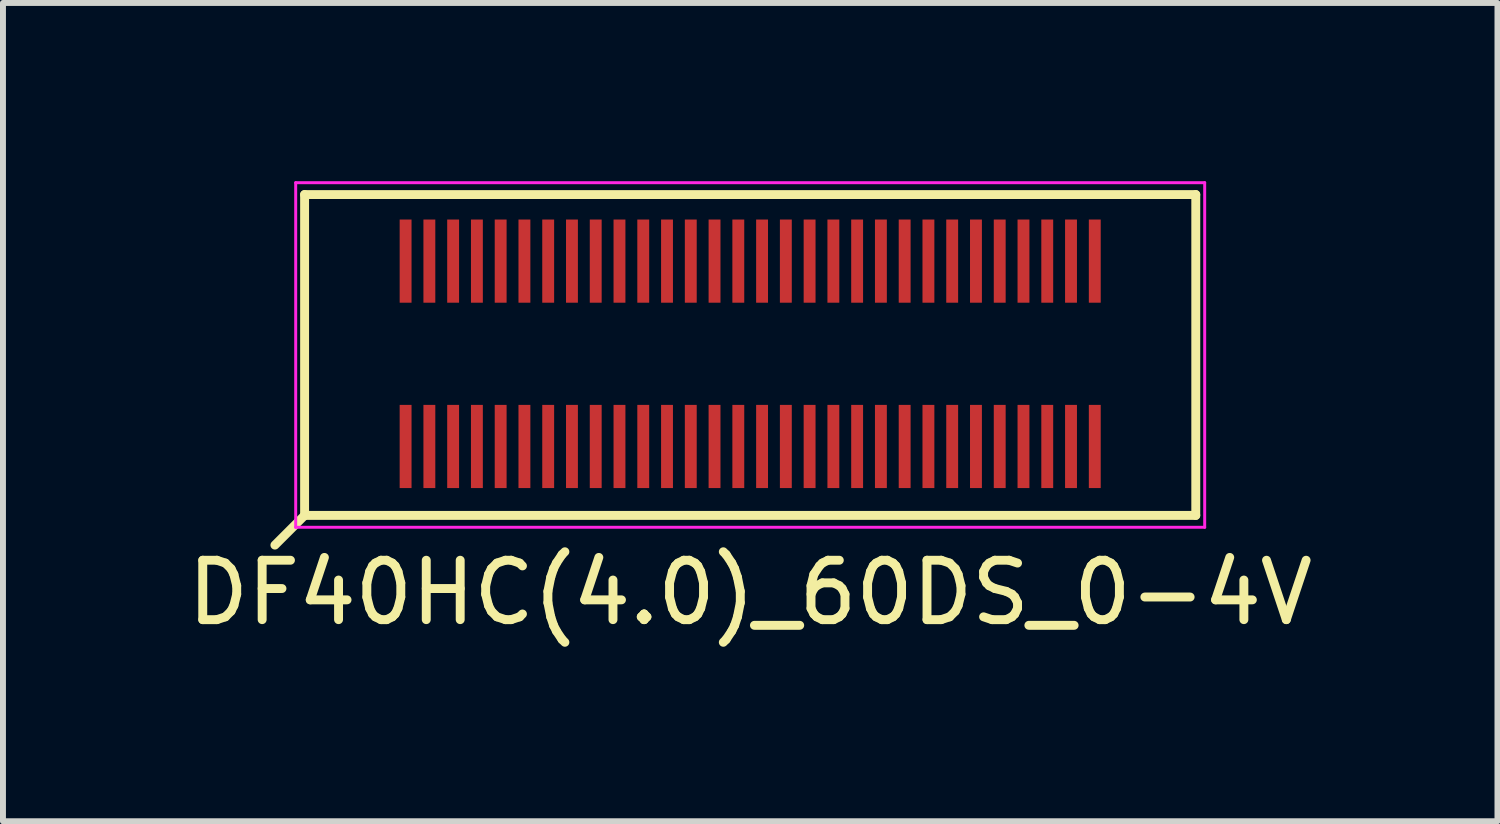
<source format=kicad_pcb>
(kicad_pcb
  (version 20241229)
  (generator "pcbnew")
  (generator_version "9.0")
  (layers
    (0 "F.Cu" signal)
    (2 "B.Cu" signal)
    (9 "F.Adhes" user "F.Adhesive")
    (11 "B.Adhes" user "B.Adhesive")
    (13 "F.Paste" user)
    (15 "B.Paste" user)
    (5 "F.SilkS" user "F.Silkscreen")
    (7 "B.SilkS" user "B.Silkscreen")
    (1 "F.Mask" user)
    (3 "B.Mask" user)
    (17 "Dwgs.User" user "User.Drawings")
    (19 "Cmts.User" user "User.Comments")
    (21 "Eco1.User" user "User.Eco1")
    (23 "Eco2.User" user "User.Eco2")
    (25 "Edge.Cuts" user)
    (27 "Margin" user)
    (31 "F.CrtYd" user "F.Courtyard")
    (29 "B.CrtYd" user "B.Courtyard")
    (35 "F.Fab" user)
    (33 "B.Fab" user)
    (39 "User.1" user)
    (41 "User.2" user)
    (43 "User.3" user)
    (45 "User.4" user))
  (footprint "DF40HC(4.0)_60DS_0-4V"
    (layer "F.Cu")
    (at 9.577 2.925)
    (property "Reference" "DF40HC(4.0)_60DS_0-4V" (at 0 4 0) (layer "F.SilkS") (effects (font (size 1 1) (thickness 0.15))))
    (attr smd)
    (fp_line (start -7.5 -2.7) (end -7.5 2.7) (stroke (width 0.15) (type solid)) (layer "F.SilkS"))
    (fp_line (start -7.5 -2.7) (end 7.5 -2.7) (stroke (width 0.15) (type solid)) (layer "F.SilkS"))
    (fp_line (start -7.5 2.7) (end -8 3.2) (stroke (width 0.15) (type solid)) (layer "F.SilkS"))
    (fp_line (start 7.5 2.7) (end -7.5 2.7) (stroke (width 0.15) (type solid)) (layer "F.SilkS"))
    (fp_line (start 7.5 2.7) (end 7.5 -2.7) (stroke (width 0.15) (type solid)) (layer "F.SilkS"))
    (fp_line (start -7.65 -2.9) (end -7.65 2.9) (stroke (width 0.05) (type solid)) (layer "F.CrtYd"))
    (fp_line (start -7.65 -2.9) (end 7.65 -2.9) (stroke (width 0.05) (type solid)) (layer "F.CrtYd"))
    (fp_line (start 7.65 2.9) (end -7.65 2.9) (stroke (width 0.05) (type solid)) (layer "F.CrtYd"))
    (fp_line (start 7.65 2.9) (end 7.65 -2.9) (stroke (width 0.05) (type solid)) (layer "F.CrtYd"))
    (pad "1" smd rect (at -5.8 1.54) (size 0.2 1.4) (layers "F.Cu" "F.Mask" "F.Paste"))
    (pad "2" smd rect (at -5.8 -1.58) (size 0.2 1.4) (layers "F.Cu" "F.Mask" "F.Paste"))
    (pad "3" smd rect (at -5.4 1.54) (size 0.2 1.4) (layers "F.Cu" "F.Mask" "F.Paste"))
    (pad "4" smd rect (at -5.4 -1.58) (size 0.2 1.4) (layers "F.Cu" "F.Mask" "F.Paste"))
    (pad "5" smd rect (at -5 1.54) (size 0.2 1.4) (layers "F.Cu" "F.Mask" "F.Paste"))
    (pad "6" smd rect (at -5 -1.58) (size 0.2 1.4) (layers "F.Cu" "F.Mask" "F.Paste"))
    (pad "7" smd rect (at -4.6 1.54) (size 0.2 1.4) (layers "F.Cu" "F.Mask" "F.Paste"))
    (pad "8" smd rect (at -4.6 -1.58) (size 0.2 1.4) (layers "F.Cu" "F.Mask" "F.Paste"))
    (pad "9" smd rect (at -4.2 1.54) (size 0.2 1.4) (layers "F.Cu" "F.Mask" "F.Paste"))
    (pad "10" smd rect (at -4.2 -1.58) (size 0.2 1.4) (layers "F.Cu" "F.Mask" "F.Paste"))
    (pad "11" smd rect (at -3.8 1.54) (size 0.2 1.4) (layers "F.Cu" "F.Mask" "F.Paste"))
    (pad "12" smd rect (at -3.8 -1.58) (size 0.2 1.4) (layers "F.Cu" "F.Mask" "F.Paste"))
    (pad "13" smd rect (at -3.4 1.54) (size 0.2 1.4) (layers "F.Cu" "F.Mask" "F.Paste"))
    (pad "14" smd rect (at -3.4 -1.58) (size 0.2 1.4) (layers "F.Cu" "F.Mask" "F.Paste"))
    (pad "15" smd rect (at -3 1.54) (size 0.2 1.4) (layers "F.Cu" "F.Mask" "F.Paste"))
    (pad "16" smd rect (at -3 -1.58) (size 0.2 1.4) (layers "F.Cu" "F.Mask" "F.Paste"))
    (pad "17" smd rect (at -2.6 1.54) (size 0.2 1.4) (layers "F.Cu" "F.Mask" "F.Paste"))
    (pad "18" smd rect (at -2.6 -1.58) (size 0.2 1.4) (layers "F.Cu" "F.Mask" "F.Paste"))
    (pad "19" smd rect (at -2.2 1.54) (size 0.2 1.4) (layers "F.Cu" "F.Mask" "F.Paste"))
    (pad "20" smd rect (at -2.2 -1.58) (size 0.2 1.4) (layers "F.Cu" "F.Mask" "F.Paste"))
    (pad "21" smd rect (at -1.8 1.54) (size 0.2 1.4) (layers "F.Cu" "F.Mask" "F.Paste"))
    (pad "22" smd rect (at -1.8 -1.58) (size 0.2 1.4) (layers "F.Cu" "F.Mask" "F.Paste"))
    (pad "23" smd rect (at -1.4 1.54) (size 0.2 1.4) (layers "F.Cu" "F.Mask" "F.Paste"))
    (pad "24" smd rect (at -1.4 -1.58) (size 0.2 1.4) (layers "F.Cu" "F.Mask" "F.Paste"))
    (pad "25" smd rect (at -1 1.54) (size 0.2 1.4) (layers "F.Cu" "F.Mask" "F.Paste"))
    (pad "26" smd rect (at -1 -1.58) (size 0.2 1.4) (layers "F.Cu" "F.Mask" "F.Paste"))
    (pad "27" smd rect (at -0.6 1.54) (size 0.2 1.4) (layers "F.Cu" "F.Mask" "F.Paste"))
    (pad "28" smd rect (at -0.6 -1.58) (size 0.2 1.4) (layers "F.Cu" "F.Mask" "F.Paste"))
    (pad "29" smd rect (at -0.2 1.54) (size 0.2 1.4) (layers "F.Cu" "F.Mask" "F.Paste"))
    (pad "30" smd rect (at -0.2 -1.58) (size 0.2 1.4) (layers "F.Cu" "F.Mask" "F.Paste"))
    (pad "31" smd rect (at 0.2 1.54) (size 0.2 1.4) (layers "F.Cu" "F.Mask" "F.Paste"))
    (pad "32" smd rect (at 0.2 -1.58) (size 0.2 1.4) (layers "F.Cu" "F.Mask" "F.Paste"))
    (pad "33" smd rect (at 0.6 1.54) (size 0.2 1.4) (layers "F.Cu" "F.Mask" "F.Paste"))
    (pad "34" smd rect (at 0.6 -1.58) (size 0.2 1.4) (layers "F.Cu" "F.Mask" "F.Paste"))
    (pad "35" smd rect (at 1 1.54) (size 0.2 1.4) (layers "F.Cu" "F.Mask" "F.Paste"))
    (pad "36" smd rect (at 1 -1.58) (size 0.2 1.4) (layers "F.Cu" "F.Mask" "F.Paste"))
    (pad "37" smd rect (at 1.4 1.54) (size 0.2 1.4) (layers "F.Cu" "F.Mask" "F.Paste"))
    (pad "38" smd rect (at 1.4 -1.58) (size 0.2 1.4) (layers "F.Cu" "F.Mask" "F.Paste"))
    (pad "39" smd rect (at 1.8 1.54) (size 0.2 1.4) (layers "F.Cu" "F.Mask" "F.Paste"))
    (pad "40" smd rect (at 1.8 -1.58) (size 0.2 1.4) (layers "F.Cu" "F.Mask" "F.Paste"))
    (pad "41" smd rect (at 2.2 1.54) (size 0.2 1.4) (layers "F.Cu" "F.Mask" "F.Paste"))
    (pad "42" smd rect (at 2.2 -1.58) (size 0.2 1.4) (layers "F.Cu" "F.Mask" "F.Paste"))
    (pad "43" smd rect (at 2.6 1.54) (size 0.2 1.4) (layers "F.Cu" "F.Mask" "F.Paste"))
    (pad "44" smd rect (at 2.6 -1.58) (size 0.2 1.4) (layers "F.Cu" "F.Mask" "F.Paste"))
    (pad "45" smd rect (at 3 1.54) (size 0.2 1.4) (layers "F.Cu" "F.Mask" "F.Paste"))
    (pad "46" smd rect (at 3 -1.58) (size 0.2 1.4) (layers "F.Cu" "F.Mask" "F.Paste"))
    (pad "47" smd rect (at 3.4 1.54) (size 0.2 1.4) (layers "F.Cu" "F.Mask" "F.Paste"))
    (pad "48" smd rect (at 3.4 -1.58) (size 0.2 1.4) (layers "F.Cu" "F.Mask" "F.Paste"))
    (pad "49" smd rect (at 3.8 1.54) (size 0.2 1.4) (layers "F.Cu" "F.Mask" "F.Paste"))
    (pad "50" smd rect (at 3.8 -1.58) (size 0.2 1.4) (layers "F.Cu" "F.Mask" "F.Paste"))
    (pad "51" smd rect (at 4.2 1.54) (size 0.2 1.4) (layers "F.Cu" "F.Mask" "F.Paste"))
    (pad "52" smd rect (at 4.2 -1.58) (size 0.2 1.4) (layers "F.Cu" "F.Mask" "F.Paste"))
    (pad "53" smd rect (at 4.6 1.54) (size 0.2 1.4) (layers "F.Cu" "F.Mask" "F.Paste"))
    (pad "54" smd rect (at 4.6 -1.58) (size 0.2 1.4) (layers "F.Cu" "F.Mask" "F.Paste"))
    (pad "55" smd rect (at 5 1.54) (size 0.2 1.4) (layers "F.Cu" "F.Mask" "F.Paste"))
    (pad "56" smd rect (at 5 -1.58) (size 0.2 1.4) (layers "F.Cu" "F.Mask" "F.Paste"))
    (pad "57" smd rect (at 5.4 1.54) (size 0.2 1.4) (layers "F.Cu" "F.Mask" "F.Paste"))
    (pad "58" smd rect (at 5.4 -1.58) (size 0.2 1.4) (layers "F.Cu" "F.Mask" "F.Paste"))
    (pad "59" smd rect (at 5.8 1.54) (size 0.2 1.4) (layers "F.Cu" "F.Mask" "F.Paste"))
    (pad "60" smd rect (at 5.8 -1.58) (size 0.2 1.4) (layers "F.Cu" "F.Mask" "F.Paste")))
  (gr_rect
    (start -3 -3)
    (end 22.155 10.773)
    (stroke (width 0.1) (type default))
    (fill no)
    (layer "Edge.Cuts")))
</source>
